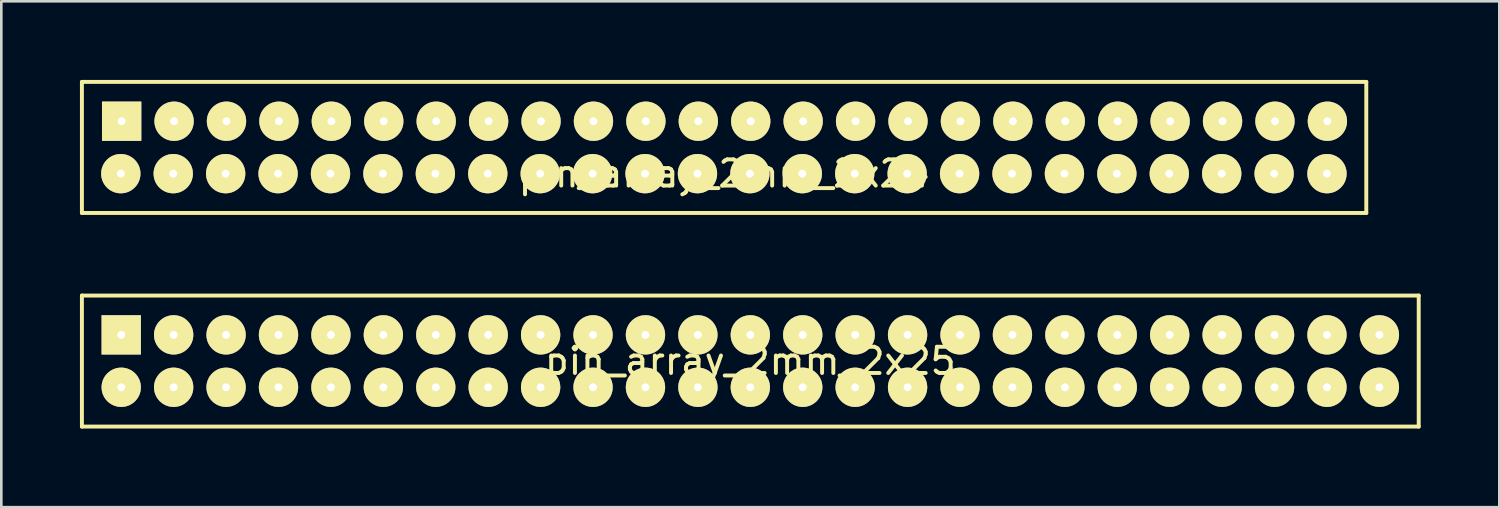
<source format=kicad_pcb>
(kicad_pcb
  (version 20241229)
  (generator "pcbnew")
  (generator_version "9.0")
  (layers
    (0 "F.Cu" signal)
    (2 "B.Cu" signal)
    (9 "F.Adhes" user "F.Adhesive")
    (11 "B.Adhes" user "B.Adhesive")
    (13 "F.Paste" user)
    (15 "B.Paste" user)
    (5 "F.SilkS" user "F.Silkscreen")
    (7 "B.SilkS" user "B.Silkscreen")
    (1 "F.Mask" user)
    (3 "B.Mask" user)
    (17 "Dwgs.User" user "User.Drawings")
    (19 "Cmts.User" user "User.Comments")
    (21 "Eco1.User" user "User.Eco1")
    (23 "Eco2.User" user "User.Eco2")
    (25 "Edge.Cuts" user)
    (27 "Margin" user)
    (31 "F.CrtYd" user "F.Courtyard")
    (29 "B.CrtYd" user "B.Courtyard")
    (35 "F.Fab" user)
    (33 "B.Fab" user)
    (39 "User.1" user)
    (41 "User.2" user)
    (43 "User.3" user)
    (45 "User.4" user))
  (footprint "pin_array_2mm_2x25"
    (layer "F.Cu")
    (at 25.575 10.725)
    (property "Reference" "pin_array_2mm_2x25" (at 0 0 0) (layer "F.SilkS") (effects (font (size 1 1) (thickness 0.15))))
    (attr through_hole)
    (fp_line (start -25.5 -2.5) (end 25.5 -2.5) (stroke (width 0.15) (type solid)) (layer "F.SilkS"))
    (fp_line (start -25.5 2.5) (end -25.5 -2.5) (stroke (width 0.15) (type solid)) (layer "F.SilkS"))
    (fp_line (start 25.5 -2.5) (end 25.5 2.5) (stroke (width 0.15) (type solid)) (layer "F.SilkS"))
    (fp_line (start 25.5 2.5) (end -25.5 2.5) (stroke (width 0.15) (type solid)) (layer "F.SilkS"))
    (pad "1" thru_hole rect (at -24 -1) (size 1.5 1.5) (drill 0.3) (layers "*.Cu" "*.Mask" "F.SilkS"))
    (pad "2" thru_hole circle (at -22 -1) (size 1.5 1.5) (drill 0.3) (layers "*.Cu" "*.Mask" "F.SilkS"))
    (pad "3" thru_hole circle (at -20 -1) (size 1.5 1.5) (drill 0.3) (layers "*.Cu" "*.Mask" "F.SilkS"))
    (pad "4" thru_hole circle (at -18 -1) (size 1.5 1.5) (drill 0.3) (layers "*.Cu" "*.Mask" "F.SilkS"))
    (pad "5" thru_hole circle (at -16 -1) (size 1.5 1.5) (drill 0.3) (layers "*.Cu" "*.Mask" "F.SilkS"))
    (pad "6" thru_hole circle (at -14 -1) (size 1.5 1.5) (drill 0.3) (layers "*.Cu" "*.Mask" "F.SilkS"))
    (pad "7" thru_hole circle (at -12 -1) (size 1.5 1.5) (drill 0.3) (layers "*.Cu" "*.Mask" "F.SilkS"))
    (pad "8" thru_hole circle (at -10 -1) (size 1.5 1.5) (drill 0.3) (layers "*.Cu" "*.Mask" "F.SilkS"))
    (pad "9" thru_hole circle (at -8 -1) (size 1.5 1.5) (drill 0.3) (layers "*.Cu" "*.Mask" "F.SilkS"))
    (pad "10" thru_hole circle (at -6 -1) (size 1.5 1.5) (drill 0.3) (layers "*.Cu" "*.Mask" "F.SilkS"))
    (pad "11" thru_hole circle (at -4 -1) (size 1.5 1.5) (drill 0.3) (layers "*.Cu" "*.Mask" "F.SilkS"))
    (pad "12" thru_hole circle (at -2 -1) (size 1.5 1.5) (drill 0.3) (layers "*.Cu" "*.Mask" "F.SilkS"))
    (pad "13" thru_hole circle (at 0 -1) (size 1.5 1.5) (drill 0.3) (layers "*.Cu" "*.Mask" "F.SilkS"))
    (pad "14" thru_hole circle (at 2 -1) (size 1.5 1.5) (drill 0.3) (layers "*.Cu" "*.Mask" "F.SilkS"))
    (pad "15" thru_hole circle (at 4 -1) (size 1.5 1.5) (drill 0.3) (layers "*.Cu" "*.Mask" "F.SilkS"))
    (pad "16" thru_hole circle (at 6 -1) (size 1.5 1.5) (drill 0.3) (layers "*.Cu" "*.Mask" "F.SilkS"))
    (pad "17" thru_hole circle (at 8 -1) (size 1.5 1.5) (drill 0.3) (layers "*.Cu" "*.Mask" "F.SilkS"))
    (pad "18" thru_hole circle (at 10 -1) (size 1.5 1.5) (drill 0.3) (layers "*.Cu" "*.Mask" "F.SilkS"))
    (pad "19" thru_hole circle (at 12 -1) (size 1.5 1.5) (drill 0.3) (layers "*.Cu" "*.Mask" "F.SilkS"))
    (pad "20" thru_hole circle (at 14 -1) (size 1.5 1.5) (drill 0.3) (layers "*.Cu" "*.Mask" "F.SilkS"))
    (pad "21" thru_hole circle (at 16 -1) (size 1.5 1.5) (drill 0.3) (layers "*.Cu" "*.Mask" "F.SilkS"))
    (pad "22" thru_hole circle (at 18 -1) (size 1.5 1.5) (drill 0.3) (layers "*.Cu" "*.Mask" "F.SilkS"))
    (pad "23" thru_hole circle (at 20 -1) (size 1.5 1.5) (drill 0.3) (layers "*.Cu" "*.Mask" "F.SilkS"))
    (pad "24" thru_hole circle (at 22 -1) (size 1.5 1.5) (drill 0.3) (layers "*.Cu" "*.Mask" "F.SilkS"))
    (pad "25" thru_hole circle (at 24 -1) (size 1.5 1.5) (drill 0.3) (layers "*.Cu" "*.Mask" "F.SilkS"))
    (pad "26" thru_hole circle (at 24 1) (size 1.5 1.5) (drill 0.3) (layers "*.Cu" "*.Mask" "F.SilkS"))
    (pad "27" thru_hole circle (at 22 1) (size 1.5 1.5) (drill 0.3) (layers "*.Cu" "*.Mask" "F.SilkS"))
    (pad "28" thru_hole circle (at 20 1) (size 1.5 1.5) (drill 0.3) (layers "*.Cu" "*.Mask" "F.SilkS"))
    (pad "29" thru_hole circle (at 18 1) (size 1.5 1.5) (drill 0.3) (layers "*.Cu" "*.Mask" "F.SilkS"))
    (pad "30" thru_hole circle (at 16 1) (size 1.5 1.5) (drill 0.3) (layers "*.Cu" "*.Mask" "F.SilkS"))
    (pad "31" thru_hole circle (at 14 1) (size 1.5 1.5) (drill 0.3) (layers "*.Cu" "*.Mask" "F.SilkS"))
    (pad "32" thru_hole circle (at 12 1) (size 1.5 1.5) (drill 0.3) (layers "*.Cu" "*.Mask" "F.SilkS"))
    (pad "33" thru_hole circle (at 10 1) (size 1.5 1.5) (drill 0.3) (layers "*.Cu" "*.Mask" "F.SilkS"))
    (pad "34" thru_hole circle (at 8 1) (size 1.5 1.5) (drill 0.3) (layers "*.Cu" "*.Mask" "F.SilkS"))
    (pad "35" thru_hole circle (at 6 1) (size 1.5 1.5) (drill 0.3) (layers "*.Cu" "*.Mask" "F.SilkS"))
    (pad "36" thru_hole circle (at 4 1) (size 1.5 1.5) (drill 0.3) (layers "*.Cu" "*.Mask" "F.SilkS"))
    (pad "37" thru_hole circle (at 2 1) (size 1.5 1.5) (drill 0.3) (layers "*.Cu" "*.Mask" "F.SilkS"))
    (pad "38" thru_hole circle (at 0 1) (size 1.5 1.5) (drill 0.3) (layers "*.Cu" "*.Mask" "F.SilkS"))
    (pad "39" thru_hole circle (at -2 1) (size 1.5 1.5) (drill 0.3) (layers "*.Cu" "*.Mask" "F.SilkS"))
    (pad "40" thru_hole circle (at -4 1) (size 1.5 1.5) (drill 0.3) (layers "*.Cu" "*.Mask" "F.SilkS"))
    (pad "41" thru_hole circle (at -6 1) (size 1.5 1.5) (drill 0.3) (layers "*.Cu" "*.Mask" "F.SilkS"))
    (pad "42" thru_hole circle (at -8 1) (size 1.5 1.5) (drill 0.3) (layers "*.Cu" "*.Mask" "F.SilkS"))
    (pad "43" thru_hole circle (at -10 1) (size 1.5 1.5) (drill 0.3) (layers "*.Cu" "*.Mask" "F.SilkS"))
    (pad "44" thru_hole circle (at -12 1) (size 1.5 1.5) (drill 0.3) (layers "*.Cu" "*.Mask" "F.SilkS"))
    (pad "45" thru_hole circle (at -14 1) (size 1.5 1.5) (drill 0.3) (layers "*.Cu" "*.Mask" "F.SilkS"))
    (pad "46" thru_hole circle (at -16 1) (size 1.5 1.5) (drill 0.3) (layers "*.Cu" "*.Mask" "F.SilkS"))
    (pad "47" thru_hole circle (at -18 1) (size 1.5 1.5) (drill 0.3) (layers "*.Cu" "*.Mask" "F.SilkS"))
    (pad "48" thru_hole circle (at -20 1) (size 1.5 1.5) (drill 0.3) (layers "*.Cu" "*.Mask" "F.SilkS"))
    (pad "49" thru_hole circle (at -22 1) (size 1.5 1.5) (drill 0.3) (layers "*.Cu" "*.Mask" "F.SilkS"))
    (pad "50" thru_hole circle (at -24 1) (size 1.5 1.5) (drill 0.3) (layers "*.Cu" "*.Mask" "F.SilkS")))
  (footprint "pin_array_2mm_2x24"
    (layer "F.Cu")
    (at 24.575 2.575)
    (property "Reference" "pin_array_2mm_2x24" (at 0 1 0) (layer "F.SilkS") (effects (font (size 1 1) (thickness 0.15))))
    (attr through_hole)
    (fp_line (start -24.5 -2.5) (end 24.5 -2.5) (stroke (width 0.15) (type solid)) (layer "F.SilkS"))
    (fp_line (start -24.5 2.5) (end -24.5 -2.5) (stroke (width 0.15) (type solid)) (layer "F.SilkS"))
    (fp_line (start 24.5 -2.5) (end 24.5 2.5) (stroke (width 0.15) (type solid)) (layer "F.SilkS"))
    (fp_line (start 24.5 2.5) (end -24.5 2.5) (stroke (width 0.15) (type solid)) (layer "F.SilkS"))
    (pad "1" thru_hole rect (at -22.984 -1) (size 1.5 1.5) (drill 0.3) (layers "*.Cu" "*.Mask" "F.SilkS"))
    (pad "2" thru_hole circle (at -20.984 -1) (size 1.5 1.5) (drill 0.3) (layers "*.Cu" "*.Mask" "F.SilkS"))
    (pad "3" thru_hole circle (at -18.984 -1) (size 1.5 1.5) (drill 0.3) (layers "*.Cu" "*.Mask" "F.SilkS"))
    (pad "4" thru_hole circle (at -16.984 -1) (size 1.5 1.5) (drill 0.3) (layers "*.Cu" "*.Mask" "F.SilkS"))
    (pad "5" thru_hole circle (at -14.984 -1) (size 1.5 1.5) (drill 0.3) (layers "*.Cu" "*.Mask" "F.SilkS"))
    (pad "6" thru_hole circle (at -12.984 -1) (size 1.5 1.5) (drill 0.3) (layers "*.Cu" "*.Mask" "F.SilkS"))
    (pad "7" thru_hole circle (at -10.984 -1) (size 1.5 1.5) (drill 0.3) (layers "*.Cu" "*.Mask" "F.SilkS"))
    (pad "8" thru_hole circle (at -8.984 -1) (size 1.5 1.5) (drill 0.3) (layers "*.Cu" "*.Mask" "F.SilkS"))
    (pad "9" thru_hole circle (at -6.984 -1) (size 1.5 1.5) (drill 0.3) (layers "*.Cu" "*.Mask" "F.SilkS"))
    (pad "10" thru_hole circle (at -4.984 -1) (size 1.5 1.5) (drill 0.3) (layers "*.Cu" "*.Mask" "F.SilkS"))
    (pad "11" thru_hole circle (at -2.984 -1) (size 1.5 1.5) (drill 0.3) (layers "*.Cu" "*.Mask" "F.SilkS"))
    (pad "12" thru_hole circle (at -0.984 -1) (size 1.5 1.5) (drill 0.3) (layers "*.Cu" "*.Mask" "F.SilkS"))
    (pad "13" thru_hole circle (at 1.016 -1) (size 1.5 1.5) (drill 0.3) (layers "*.Cu" "*.Mask" "F.SilkS"))
    (pad "14" thru_hole circle (at 3.016 -1) (size 1.5 1.5) (drill 0.3) (layers "*.Cu" "*.Mask" "F.SilkS"))
    (pad "15" thru_hole circle (at 5.016 -1) (size 1.5 1.5) (drill 0.3) (layers "*.Cu" "*.Mask" "F.SilkS"))
    (pad "16" thru_hole circle (at 7.016 -1) (size 1.5 1.5) (drill 0.3) (layers "*.Cu" "*.Mask" "F.SilkS"))
    (pad "17" thru_hole circle (at 9.016 -1) (size 1.5 1.5) (drill 0.3) (layers "*.Cu" "*.Mask" "F.SilkS"))
    (pad "18" thru_hole circle (at 11.016 -1) (size 1.5 1.5) (drill 0.3) (layers "*.Cu" "*.Mask" "F.SilkS"))
    (pad "19" thru_hole circle (at 13.016 -1) (size 1.5 1.5) (drill 0.3) (layers "*.Cu" "*.Mask" "F.SilkS"))
    (pad "20" thru_hole circle (at 15.016 -1) (size 1.5 1.5) (drill 0.3) (layers "*.Cu" "*.Mask" "F.SilkS"))
    (pad "21" thru_hole circle (at 17.016 -1) (size 1.5 1.5) (drill 0.3) (layers "*.Cu" "*.Mask" "F.SilkS"))
    (pad "22" thru_hole circle (at 19.016 -1) (size 1.5 1.5) (drill 0.3) (layers "*.Cu" "*.Mask" "F.SilkS"))
    (pad "23" thru_hole circle (at 21.016 -1) (size 1.5 1.5) (drill 0.3) (layers "*.Cu" "*.Mask" "F.SilkS"))
    (pad "24" thru_hole circle (at 23.016 -1) (size 1.5 1.5) (drill 0.3) (layers "*.Cu" "*.Mask" "F.SilkS"))
    (pad "25" thru_hole circle (at 23 1) (size 1.5 1.5) (drill 0.3) (layers "*.Cu" "*.Mask" "F.SilkS"))
    (pad "26" thru_hole circle (at 20.984 1) (size 1.5 1.5) (drill 0.3) (layers "*.Cu" "*.Mask" "F.SilkS"))
    (pad "27" thru_hole circle (at 18.984 1) (size 1.5 1.5) (drill 0.3) (layers "*.Cu" "*.Mask" "F.SilkS"))
    (pad "28" thru_hole circle (at 16.984 1) (size 1.5 1.5) (drill 0.3) (layers "*.Cu" "*.Mask" "F.SilkS"))
    (pad "29" thru_hole circle (at 14.984 1) (size 1.5 1.5) (drill 0.3) (layers "*.Cu" "*.Mask" "F.SilkS"))
    (pad "30" thru_hole circle (at 12.984 1) (size 1.5 1.5) (drill 0.3) (layers "*.Cu" "*.Mask" "F.SilkS"))
    (pad "31" thru_hole circle (at 10.984 1) (size 1.5 1.5) (drill 0.3) (layers "*.Cu" "*.Mask" "F.SilkS"))
    (pad "32" thru_hole circle (at 8.984 1) (size 1.5 1.5) (drill 0.3) (layers "*.Cu" "*.Mask" "F.SilkS"))
    (pad "33" thru_hole circle (at 6.984 1) (size 1.5 1.5) (drill 0.3) (layers "*.Cu" "*.Mask" "F.SilkS"))
    (pad "34" thru_hole circle (at 4.984 1) (size 1.5 1.5) (drill 0.3) (layers "*.Cu" "*.Mask" "F.SilkS"))
    (pad "35" thru_hole circle (at 2.984 1) (size 1.5 1.5) (drill 0.3) (layers "*.Cu" "*.Mask" "F.SilkS"))
    (pad "36" thru_hole circle (at 0.984 1) (size 1.5 1.5) (drill 0.3) (layers "*.Cu" "*.Mask" "F.SilkS"))
    (pad "37" thru_hole circle (at -1.016 1) (size 1.5 1.5) (drill 0.3) (layers "*.Cu" "*.Mask" "F.SilkS"))
    (pad "38" thru_hole circle (at -3.016 1) (size 1.5 1.5) (drill 0.3) (layers "*.Cu" "*.Mask" "F.SilkS"))
    (pad "39" thru_hole circle (at -5.016 1) (size 1.5 1.5) (drill 0.3) (layers "*.Cu" "*.Mask" "F.SilkS"))
    (pad "40" thru_hole circle (at -7.016 1) (size 1.5 1.5) (drill 0.3) (layers "*.Cu" "*.Mask" "F.SilkS"))
    (pad "41" thru_hole circle (at -9.016 1) (size 1.5 1.5) (drill 0.3) (layers "*.Cu" "*.Mask" "F.SilkS"))
    (pad "42" thru_hole circle (at -11.016 1) (size 1.5 1.5) (drill 0.3) (layers "*.Cu" "*.Mask" "F.SilkS"))
    (pad "43" thru_hole circle (at -13.016 1) (size 1.5 1.5) (drill 0.3) (layers "*.Cu" "*.Mask" "F.SilkS"))
    (pad "44" thru_hole circle (at -15.016 1) (size 1.5 1.5) (drill 0.3) (layers "*.Cu" "*.Mask" "F.SilkS"))
    (pad "45" thru_hole circle (at -17.016 1) (size 1.5 1.5) (drill 0.3) (layers "*.Cu" "*.Mask" "F.SilkS"))
    (pad "46" thru_hole circle (at -19.016 1) (size 1.5 1.5) (drill 0.3) (layers "*.Cu" "*.Mask" "F.SilkS"))
    (pad "47" thru_hole circle (at -21.016 1) (size 1.5 1.5) (drill 0.3) (layers "*.Cu" "*.Mask" "F.SilkS"))
    (pad "48" thru_hole circle (at -23.016 1) (size 1.5 1.5) (drill 0.3) (layers "*.Cu" "*.Mask" "F.SilkS")))
  (gr_rect
    (start -3 -3)
    (end 54.15 16.3)
    (stroke (width 0.1) (type default))
    (fill no)
    (layer "Edge.Cuts")))
</source>
